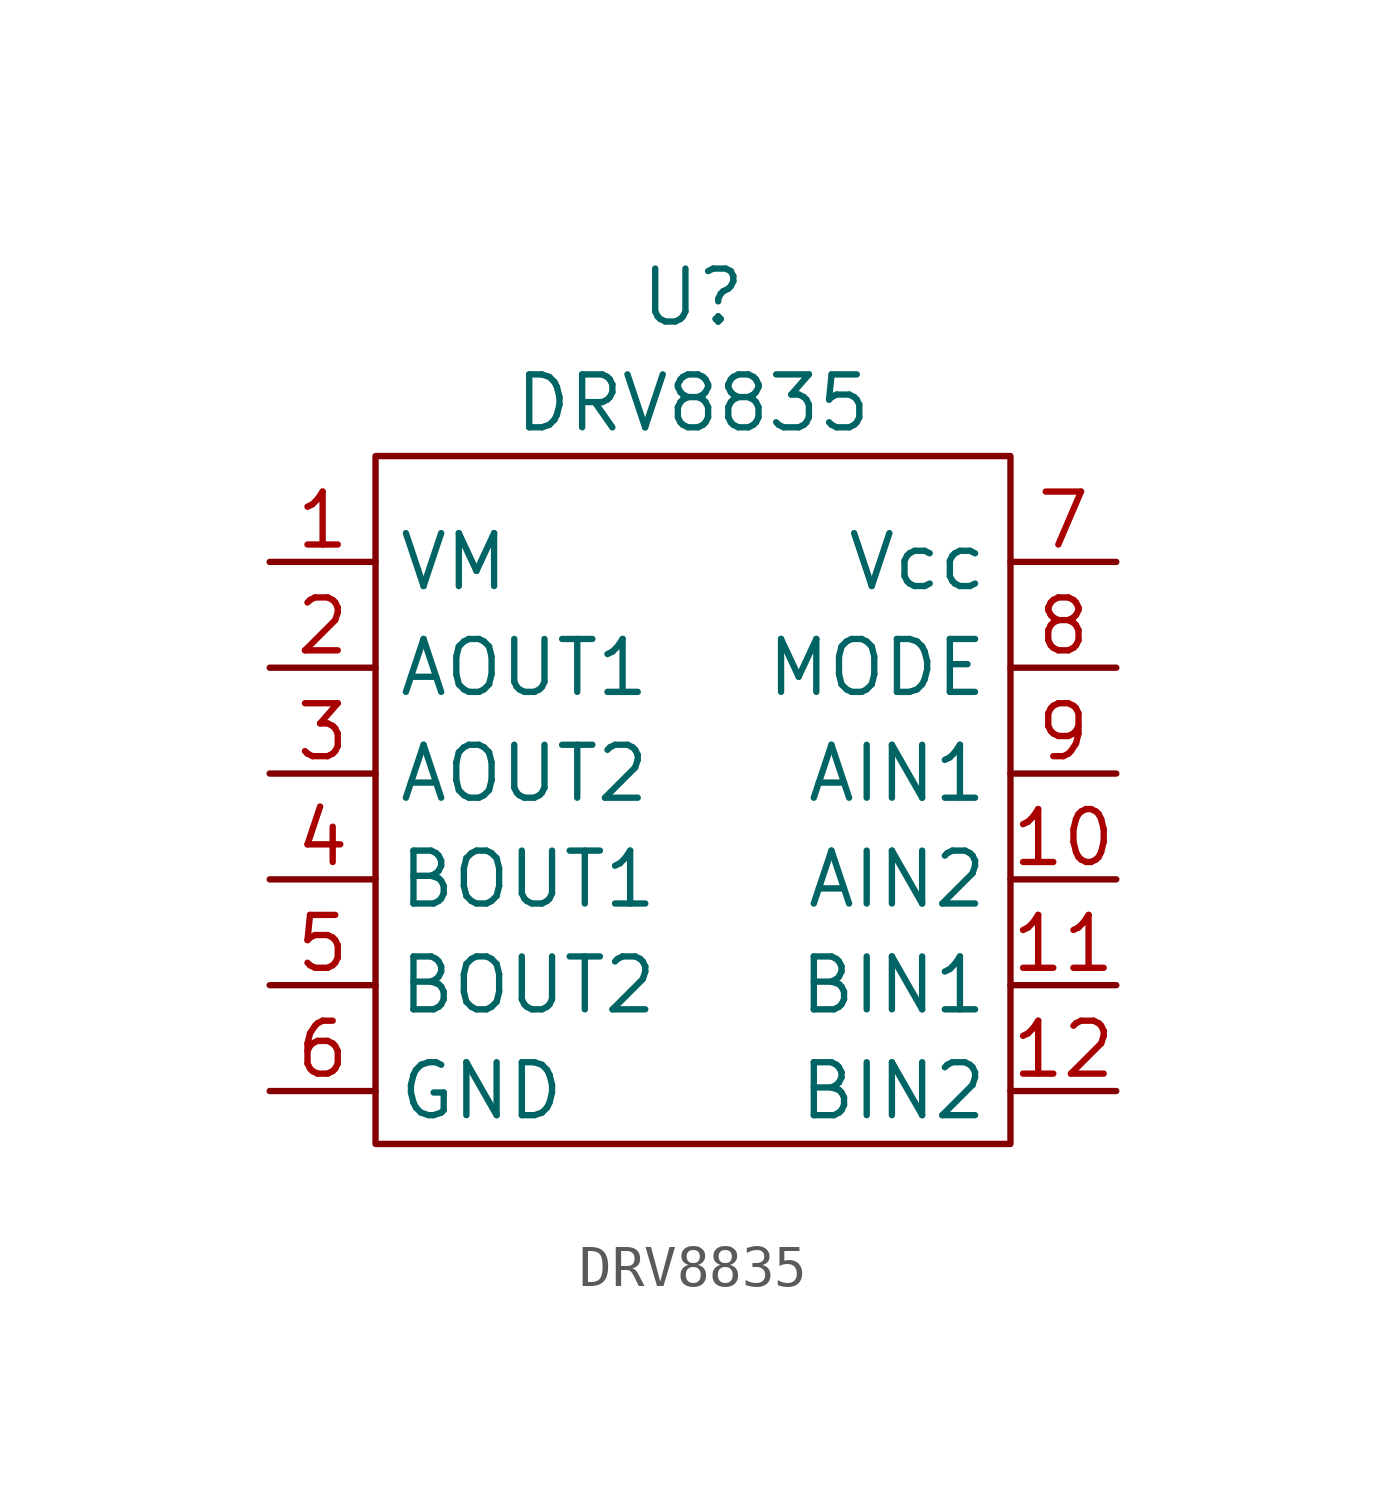
<source format=kicad_sym>
(kicad_symbol_lib
  (version 20220914)
  (generator kicad_symbol_editor)
  (symbol "DRV8835"
    (property "Reference" "U"
      (at 0 7.62 0)
      (effects (font (size 1.27 1.27))))
    (property "Value" "DRV8835"
      (at 0 5.08 0)
      (effects (font (size 1.27 1.27))))
    (symbol "DRV8835_0_1"
      (rectangle (start -7.62 3.81) (end 7.62 -12.7) (stroke (width 0) (type default)) (fill (type none))))
    (symbol "DRV8835_1_1"
      (pin power_in line (at -10.16 1.27 0) (length 2.54) (name "VM" (effects (font (size 1.27 1.27)))) (number "1" (effects (font (size 1.27 1.27)))))
      (pin input line (at 10.16 -6.35 180) (length 2.54) (name "AIN2" (effects (font (size 1.27 1.27)))) (number "10" (effects (font (size 1.27 1.27)))))
      (pin input line (at 10.16 -8.89 180) (length 2.54) (name "BIN1" (effects (font (size 1.27 1.27)))) (number "11" (effects (font (size 1.27 1.27)))))
      (pin input line (at 10.16 -11.43 180) (length 2.54) (name "BIN2" (effects (font (size 1.27 1.27)))) (number "12" (effects (font (size 1.27 1.27)))))
      (pin output line (at -10.16 -1.27 0) (length 2.54) (name "AOUT1" (effects (font (size 1.27 1.27)))) (number "2" (effects (font (size 1.27 1.27)))))
      (pin output line (at -10.16 -3.81 0) (length 2.54) (name "AOUT2" (effects (font (size 1.27 1.27)))) (number "3" (effects (font (size 1.27 1.27)))))
      (pin output line (at -10.16 -6.35 0) (length 2.54) (name "BOUT1" (effects (font (size 1.27 1.27)))) (number "4" (effects (font (size 1.27 1.27)))))
      (pin output line (at -10.16 -8.89 0) (length 2.54) (name "BOUT2" (effects (font (size 1.27 1.27)))) (number "5" (effects (font (size 1.27 1.27)))))
      (pin power_out line (at -10.16 -11.43 0) (length 2.54) (name "GND" (effects (font (size 1.27 1.27)))) (number "6" (effects (font (size 1.27 1.27)))))
      (pin power_in line (at 10.16 1.27 180) (length 2.54) (name "Vcc" (effects (font (size 1.27 1.27)))) (number "7" (effects (font (size 1.27 1.27)))))
      (pin input line (at 10.16 -1.27 180) (length 2.54) (name "MODE" (effects (font (size 1.27 1.27)))) (number "8" (effects (font (size 1.27 1.27)))))
      (pin input line (at 10.16 -3.81 180) (length 2.54) (name "AIN1" (effects (font (size 1.27 1.27)))) (number "9" (effects (font (size 1.27 1.27))))))))
</source>
